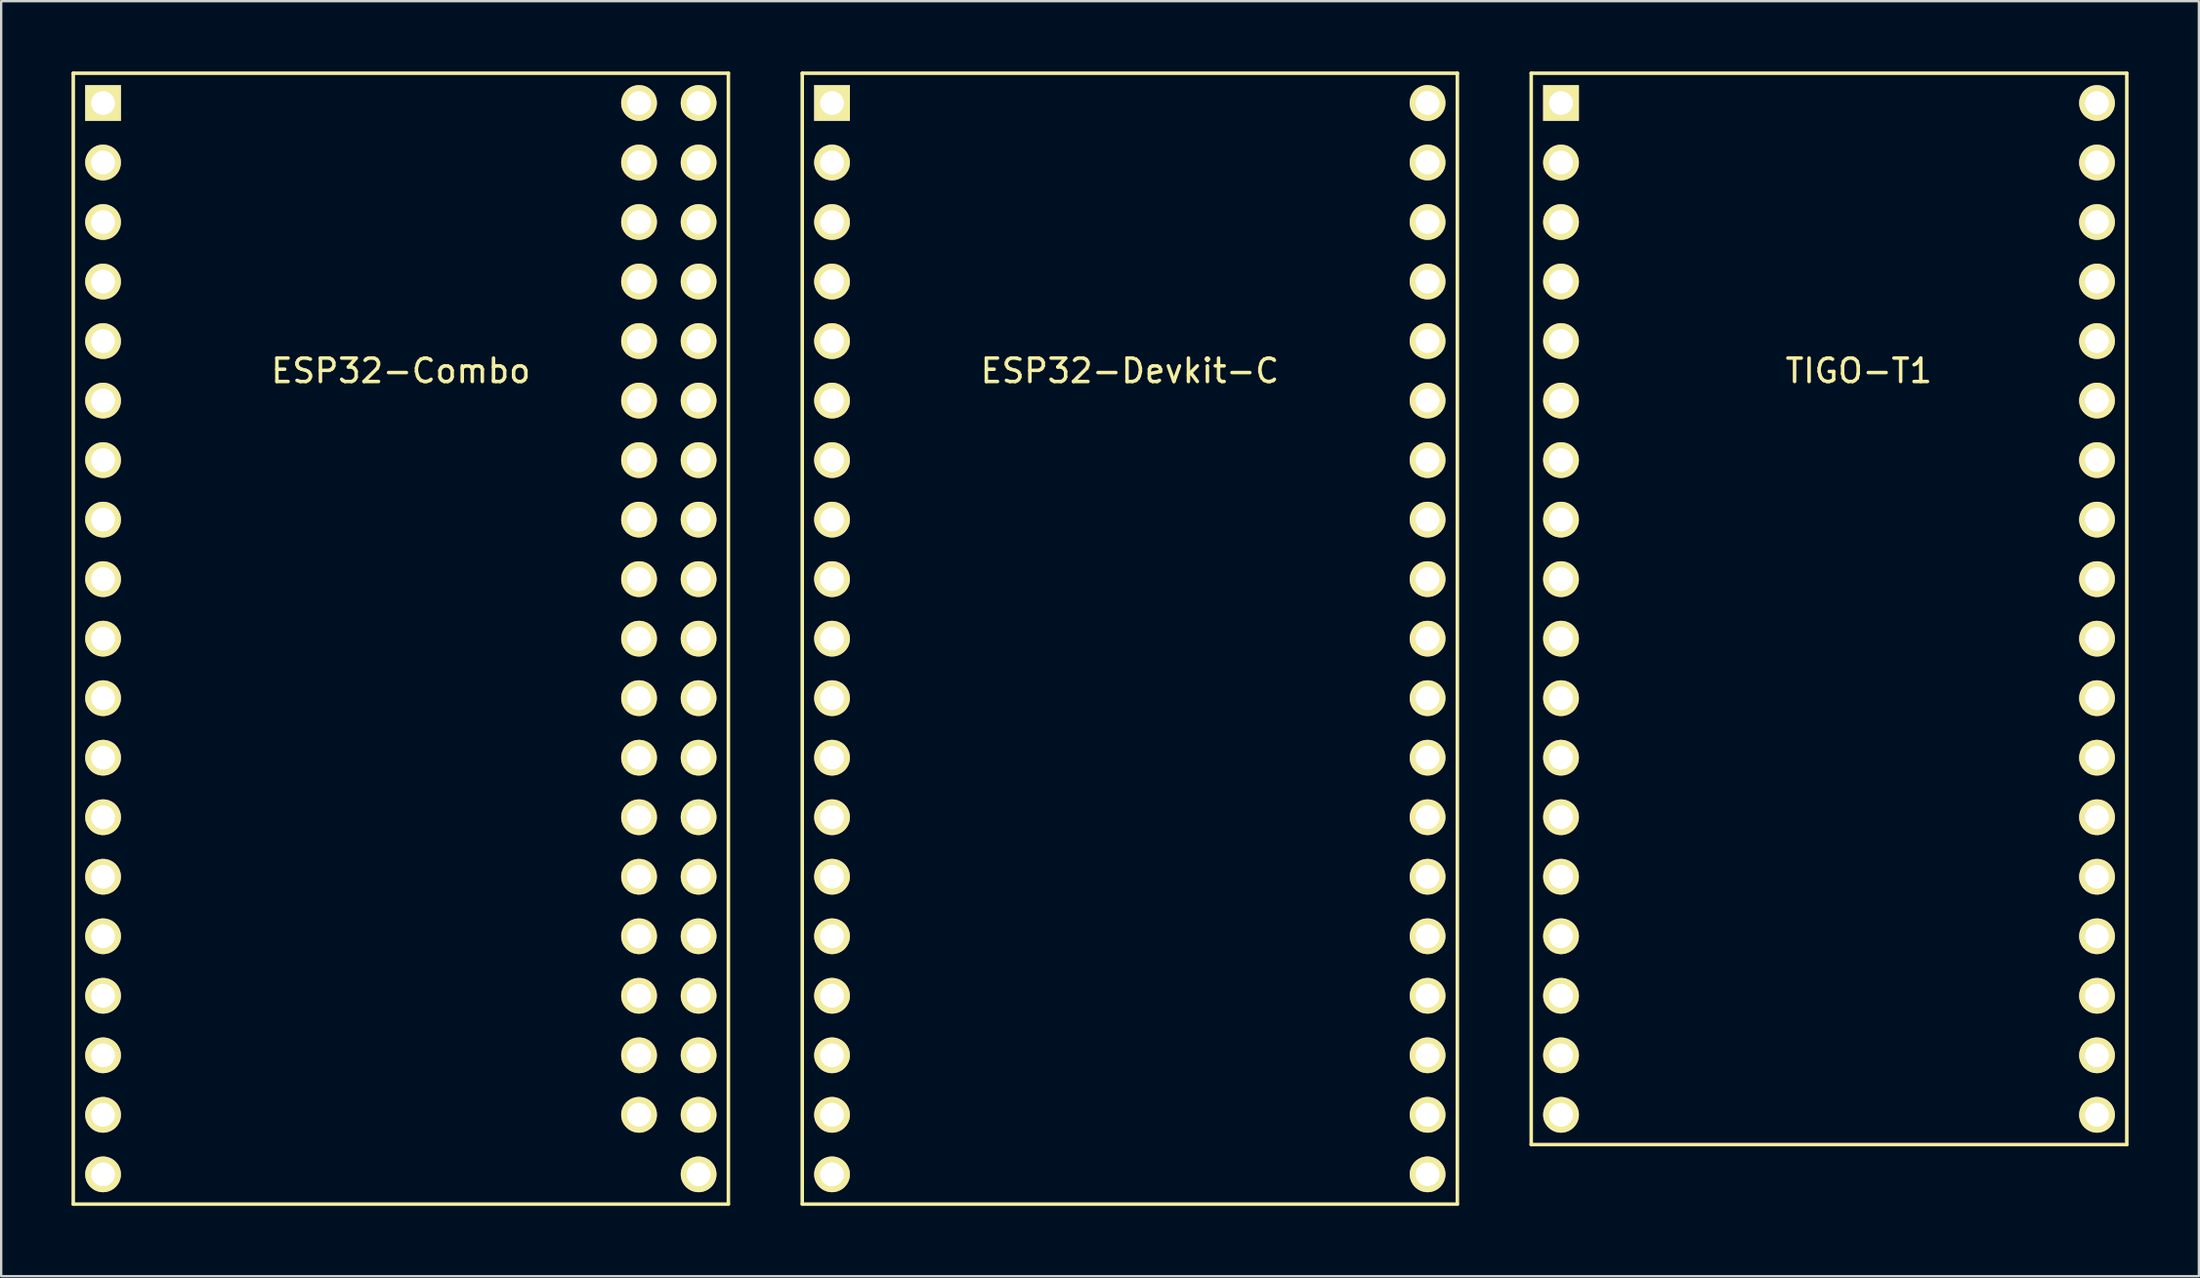
<source format=kicad_pcb>
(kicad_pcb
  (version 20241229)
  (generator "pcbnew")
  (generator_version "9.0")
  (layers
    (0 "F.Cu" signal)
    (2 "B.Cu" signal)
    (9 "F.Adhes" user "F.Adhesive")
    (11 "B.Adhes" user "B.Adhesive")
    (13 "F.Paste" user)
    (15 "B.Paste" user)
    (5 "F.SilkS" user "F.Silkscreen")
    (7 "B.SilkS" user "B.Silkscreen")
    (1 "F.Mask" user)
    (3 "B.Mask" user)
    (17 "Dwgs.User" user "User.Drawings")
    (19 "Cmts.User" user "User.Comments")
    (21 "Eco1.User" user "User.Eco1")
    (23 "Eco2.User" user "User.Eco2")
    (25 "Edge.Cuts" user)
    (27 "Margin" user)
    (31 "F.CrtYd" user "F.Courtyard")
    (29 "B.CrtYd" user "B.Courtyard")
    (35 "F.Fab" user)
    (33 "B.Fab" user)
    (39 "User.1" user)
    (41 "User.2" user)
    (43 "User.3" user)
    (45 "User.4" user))
  (footprint "ESP32-Devkit-C"
    (layer "F.Cu")
    (at 45.135 24.205)
    (property "Reference" "ESP32-Devkit-C" (at 0 -11.43 0) (layer "F.SilkS") (effects (font (size 1 1) (thickness 0.15))))
    (attr through_hole)
    (fp_line (start -13.97 -24.13) (end 13.97 -24.13) (stroke (width 0.15) (type solid)) (layer "F.SilkS"))
    (fp_line (start -13.97 24.13) (end -13.97 -24.13) (stroke (width 0.15) (type solid)) (layer "F.SilkS"))
    (fp_line (start 13.97 -24.13) (end 13.97 24.13) (stroke (width 0.15) (type solid)) (layer "F.SilkS"))
    (fp_line (start 13.97 24.13) (end -13.97 24.13) (stroke (width 0.15) (type solid)) (layer "F.SilkS"))
    (pad "1" thru_hole rect (at -12.7 -22.86) (size 1.524 1.524) (drill 1.016) (layers "*.Cu" "*.Mask" "F.SilkS"))
    (pad "2" thru_hole circle (at -12.7 -20.32) (size 1.524 1.524) (drill 1.016) (layers "*.Cu" "*.Mask" "F.SilkS"))
    (pad "3" thru_hole circle (at -12.7 -17.78) (size 1.524 1.524) (drill 1.016) (layers "*.Cu" "*.Mask" "F.SilkS"))
    (pad "4" thru_hole circle (at -12.7 -15.24) (size 1.524 1.524) (drill 1.016) (layers "*.Cu" "*.Mask" "F.SilkS"))
    (pad "5" thru_hole circle (at -12.7 -12.7) (size 1.524 1.524) (drill 1.016) (layers "*.Cu" "*.Mask" "F.SilkS"))
    (pad "6" thru_hole circle (at -12.7 -10.16) (size 1.524 1.524) (drill 1.016) (layers "*.Cu" "*.Mask" "F.SilkS"))
    (pad "7" thru_hole circle (at -12.7 -7.62) (size 1.524 1.524) (drill 1.016) (layers "*.Cu" "*.Mask" "F.SilkS"))
    (pad "8" thru_hole circle (at -12.7 -5.08) (size 1.524 1.524) (drill 1.016) (layers "*.Cu" "*.Mask" "F.SilkS"))
    (pad "9" thru_hole circle (at -12.7 -2.54) (size 1.524 1.524) (drill 1.016) (layers "*.Cu" "*.Mask" "F.SilkS"))
    (pad "10" thru_hole circle (at -12.7 0) (size 1.524 1.524) (drill 1.016) (layers "*.Cu" "*.Mask" "F.SilkS"))
    (pad "11" thru_hole circle (at -12.7 2.54) (size 1.524 1.524) (drill 1.016) (layers "*.Cu" "*.Mask" "F.SilkS"))
    (pad "12" thru_hole circle (at -12.7 5.08) (size 1.524 1.524) (drill 1.016) (layers "*.Cu" "*.Mask" "F.SilkS"))
    (pad "13" thru_hole circle (at -12.7 7.62) (size 1.524 1.524) (drill 1.016) (layers "*.Cu" "*.Mask" "F.SilkS"))
    (pad "14" thru_hole circle (at -12.7 10.16) (size 1.524 1.524) (drill 1.016) (layers "*.Cu" "*.Mask" "F.SilkS"))
    (pad "15" thru_hole circle (at -12.7 12.7) (size 1.524 1.524) (drill 1.016) (layers "*.Cu" "*.Mask" "F.SilkS"))
    (pad "16" thru_hole circle (at -12.7 15.24) (size 1.524 1.524) (drill 1.016) (layers "*.Cu" "*.Mask" "F.SilkS"))
    (pad "17" thru_hole circle (at -12.7 17.78) (size 1.524 1.524) (drill 1.016) (layers "*.Cu" "*.Mask" "F.SilkS"))
    (pad "18" thru_hole circle (at -12.7 20.32) (size 1.524 1.524) (drill 1.016) (layers "*.Cu" "*.Mask" "F.SilkS"))
    (pad "19" thru_hole circle (at -12.7 22.86) (size 1.524 1.524) (drill 1.016) (layers "*.Cu" "*.Mask" "F.SilkS"))
    (pad "20" thru_hole circle (at 12.7 22.86) (size 1.524 1.524) (drill 1.016) (layers "*.Cu" "*.Mask" "F.SilkS"))
    (pad "21" thru_hole circle (at 12.7 20.32) (size 1.524 1.524) (drill 1.016) (layers "*.Cu" "*.Mask" "F.SilkS"))
    (pad "22" thru_hole circle (at 12.7 17.78) (size 1.524 1.524) (drill 1.016) (layers "*.Cu" "*.Mask" "F.SilkS"))
    (pad "23" thru_hole circle (at 12.7 15.24) (size 1.524 1.524) (drill 1.016) (layers "*.Cu" "*.Mask" "F.SilkS"))
    (pad "24" thru_hole circle (at 12.7 12.7) (size 1.524 1.524) (drill 1.016) (layers "*.Cu" "*.Mask" "F.SilkS"))
    (pad "25" thru_hole circle (at 12.7 10.16) (size 1.524 1.524) (drill 1.016) (layers "*.Cu" "*.Mask" "F.SilkS"))
    (pad "26" thru_hole circle (at 12.7 7.62) (size 1.524 1.524) (drill 1.016) (layers "*.Cu" "*.Mask" "F.SilkS"))
    (pad "27" thru_hole circle (at 12.7 5.08) (size 1.524 1.524) (drill 1.016) (layers "*.Cu" "*.Mask" "F.SilkS"))
    (pad "28" thru_hole circle (at 12.7 2.54) (size 1.524 1.524) (drill 1.016) (layers "*.Cu" "*.Mask" "F.SilkS"))
    (pad "29" thru_hole circle (at 12.7 0) (size 1.524 1.524) (drill 1.016) (layers "*.Cu" "*.Mask" "F.SilkS"))
    (pad "30" thru_hole circle (at 12.7 -2.54) (size 1.524 1.524) (drill 1.016) (layers "*.Cu" "*.Mask" "F.SilkS"))
    (pad "31" thru_hole circle (at 12.7 -5.08) (size 1.524 1.524) (drill 1.016) (layers "*.Cu" "*.Mask" "F.SilkS"))
    (pad "32" thru_hole circle (at 12.7 -7.62) (size 1.524 1.524) (drill 1.016) (layers "*.Cu" "*.Mask" "F.SilkS"))
    (pad "33" thru_hole circle (at 12.7 -10.16) (size 1.524 1.524) (drill 1.016) (layers "*.Cu" "*.Mask" "F.SilkS"))
    (pad "34" thru_hole circle (at 12.7 -12.7) (size 1.524 1.524) (drill 1.016) (layers "*.Cu" "*.Mask" "F.SilkS"))
    (pad "35" thru_hole circle (at 12.7 -15.24) (size 1.524 1.524) (drill 1.016) (layers "*.Cu" "*.Mask" "F.SilkS"))
    (pad "36" thru_hole circle (at 12.7 -17.78) (size 1.524 1.524) (drill 1.016) (layers "*.Cu" "*.Mask" "F.SilkS"))
    (pad "37" thru_hole circle (at 12.7 -20.32) (size 1.524 1.524) (drill 1.016) (layers "*.Cu" "*.Mask" "F.SilkS"))
    (pad "38" thru_hole circle (at 12.7 -22.86) (size 1.524 1.524) (drill 1.016) (layers "*.Cu" "*.Mask" "F.SilkS")))
  (footprint "TIGO-T1"
    (layer "F.Cu")
    (at 76.225 24.205)
    (property "Reference" "TIGO-T1" (at 0 -11.43 0) (layer "F.SilkS") (effects (font (size 1 1) (thickness 0.15))))
    (attr through_hole)
    (fp_line (start -13.97 -24.13) (end 11.43 -24.13) (stroke (width 0.15) (type solid)) (layer "F.SilkS"))
    (fp_line (start -13.97 21.59) (end -13.97 -24.13) (stroke (width 0.15) (type solid)) (layer "F.SilkS"))
    (fp_line (start 11.43 -24.13) (end 11.43 21.59) (stroke (width 0.15) (type solid)) (layer "F.SilkS"))
    (fp_line (start 11.43 21.59) (end -13.97 21.59) (stroke (width 0.15) (type solid)) (layer "F.SilkS"))
    (pad "1" thru_hole rect (at -12.7 -22.86) (size 1.524 1.524) (drill 1.016) (layers "*.Cu" "*.Mask" "F.SilkS"))
    (pad "2" thru_hole circle (at -12.7 -20.32) (size 1.524 1.524) (drill 1.016) (layers "*.Cu" "*.Mask" "F.SilkS"))
    (pad "3" thru_hole circle (at -12.7 -17.78) (size 1.524 1.524) (drill 1.016) (layers "*.Cu" "*.Mask" "F.SilkS"))
    (pad "4" thru_hole circle (at -12.7 -15.24) (size 1.524 1.524) (drill 1.016) (layers "*.Cu" "*.Mask" "F.SilkS"))
    (pad "5" thru_hole circle (at -12.7 -12.7) (size 1.524 1.524) (drill 1.016) (layers "*.Cu" "*.Mask" "F.SilkS"))
    (pad "6" thru_hole circle (at -12.7 -10.16) (size 1.524 1.524) (drill 1.016) (layers "*.Cu" "*.Mask" "F.SilkS"))
    (pad "7" thru_hole circle (at -12.7 -7.62) (size 1.524 1.524) (drill 1.016) (layers "*.Cu" "*.Mask" "F.SilkS"))
    (pad "8" thru_hole circle (at -12.7 -5.08) (size 1.524 1.524) (drill 1.016) (layers "*.Cu" "*.Mask" "F.SilkS"))
    (pad "9" thru_hole circle (at -12.7 -2.54) (size 1.524 1.524) (drill 1.016) (layers "*.Cu" "*.Mask" "F.SilkS"))
    (pad "10" thru_hole circle (at -12.7 0) (size 1.524 1.524) (drill 1.016) (layers "*.Cu" "*.Mask" "F.SilkS"))
    (pad "11" thru_hole circle (at -12.7 2.54) (size 1.524 1.524) (drill 1.016) (layers "*.Cu" "*.Mask" "F.SilkS"))
    (pad "12" thru_hole circle (at -12.7 5.08) (size 1.524 1.524) (drill 1.016) (layers "*.Cu" "*.Mask" "F.SilkS"))
    (pad "13" thru_hole circle (at -12.7 7.62) (size 1.524 1.524) (drill 1.016) (layers "*.Cu" "*.Mask" "F.SilkS"))
    (pad "14" thru_hole circle (at -12.7 10.16) (size 1.524 1.524) (drill 1.016) (layers "*.Cu" "*.Mask" "F.SilkS"))
    (pad "15" thru_hole circle (at -12.7 12.7) (size 1.524 1.524) (drill 1.016) (layers "*.Cu" "*.Mask" "F.SilkS"))
    (pad "16" thru_hole circle (at -12.7 15.24) (size 1.524 1.524) (drill 1.016) (layers "*.Cu" "*.Mask" "F.SilkS"))
    (pad "17" thru_hole circle (at -12.7 17.78) (size 1.524 1.524) (drill 1.016) (layers "*.Cu" "*.Mask" "F.SilkS"))
    (pad "18" thru_hole circle (at -12.7 20.32) (size 1.524 1.524) (drill 1.016) (layers "*.Cu" "*.Mask" "F.SilkS"))
    (pad "19" thru_hole circle (at 10.16 20.32) (size 1.524 1.524) (drill 1.016) (layers "*.Cu" "*.Mask" "F.SilkS"))
    (pad "20" thru_hole circle (at 10.16 17.78) (size 1.524 1.524) (drill 1.016) (layers "*.Cu" "*.Mask" "F.SilkS"))
    (pad "21" thru_hole circle (at 10.16 15.24) (size 1.524 1.524) (drill 1.016) (layers "*.Cu" "*.Mask" "F.SilkS"))
    (pad "22" thru_hole circle (at 10.16 12.7) (size 1.524 1.524) (drill 1.016) (layers "*.Cu" "*.Mask" "F.SilkS"))
    (pad "23" thru_hole circle (at 10.16 10.16) (size 1.524 1.524) (drill 1.016) (layers "*.Cu" "*.Mask" "F.SilkS"))
    (pad "24" thru_hole circle (at 10.16 7.62) (size 1.524 1.524) (drill 1.016) (layers "*.Cu" "*.Mask" "F.SilkS"))
    (pad "25" thru_hole circle (at 10.16 5.08) (size 1.524 1.524) (drill 1.016) (layers "*.Cu" "*.Mask" "F.SilkS"))
    (pad "26" thru_hole circle (at 10.16 2.54) (size 1.524 1.524) (drill 1.016) (layers "*.Cu" "*.Mask" "F.SilkS"))
    (pad "27" thru_hole circle (at 10.16 0) (size 1.524 1.524) (drill 1.016) (layers "*.Cu" "*.Mask" "F.SilkS"))
    (pad "28" thru_hole circle (at 10.16 -2.54) (size 1.524 1.524) (drill 1.016) (layers "*.Cu" "*.Mask" "F.SilkS"))
    (pad "29" thru_hole circle (at 10.16 -5.08) (size 1.524 1.524) (drill 1.016) (layers "*.Cu" "*.Mask" "F.SilkS"))
    (pad "30" thru_hole circle (at 10.16 -7.62) (size 1.524 1.524) (drill 1.016) (layers "*.Cu" "*.Mask" "F.SilkS"))
    (pad "31" thru_hole circle (at 10.16 -10.16) (size 1.524 1.524) (drill 1.016) (layers "*.Cu" "*.Mask" "F.SilkS"))
    (pad "32" thru_hole circle (at 10.16 -12.7) (size 1.524 1.524) (drill 1.016) (layers "*.Cu" "*.Mask" "F.SilkS"))
    (pad "33" thru_hole circle (at 10.16 -15.24) (size 1.524 1.524) (drill 1.016) (layers "*.Cu" "*.Mask" "F.SilkS"))
    (pad "34" thru_hole circle (at 10.16 -17.78) (size 1.524 1.524) (drill 1.016) (layers "*.Cu" "*.Mask" "F.SilkS"))
    (pad "35" thru_hole circle (at 10.16 -20.32) (size 1.524 1.524) (drill 1.016) (layers "*.Cu" "*.Mask" "F.SilkS"))
    (pad "36" thru_hole circle (at 10.16 -22.86) (size 1.524 1.524) (drill 1.016) (layers "*.Cu" "*.Mask" "F.SilkS")))
  (footprint "ESP32-Combo"
    (layer "F.Cu")
    (at 14.045 24.205)
    (property "Reference" "ESP32-Combo" (at 0 -11.43 0) (layer "F.SilkS") (effects (font (size 1 1) (thickness 0.15))))
    (attr through_hole)
    (fp_line (start -13.97 -24.13) (end 13.97 -24.13) (stroke (width 0.15) (type solid)) (layer "F.SilkS"))
    (fp_line (start -13.97 24.13) (end -13.97 -24.13) (stroke (width 0.15) (type solid)) (layer "F.SilkS"))
    (fp_line (start 13.97 -24.13) (end 13.97 24.13) (stroke (width 0.15) (type solid)) (layer "F.SilkS"))
    (fp_line (start 13.97 24.13) (end -13.97 24.13) (stroke (width 0.15) (type solid)) (layer "F.SilkS"))
    (pad "1" thru_hole rect (at -12.7 -22.86) (size 1.524 1.524) (drill 1.016) (layers "*.Cu" "*.Mask" "F.SilkS"))
    (pad "2" thru_hole circle (at -12.7 -20.32) (size 1.524 1.524) (drill 1.016) (layers "*.Cu" "*.Mask" "F.SilkS"))
    (pad "3" thru_hole circle (at -12.7 -17.78) (size 1.524 1.524) (drill 1.016) (layers "*.Cu" "*.Mask" "F.SilkS"))
    (pad "4" thru_hole circle (at -12.7 -15.24) (size 1.524 1.524) (drill 1.016) (layers "*.Cu" "*.Mask" "F.SilkS"))
    (pad "5" thru_hole circle (at -12.7 -12.7) (size 1.524 1.524) (drill 1.016) (layers "*.Cu" "*.Mask" "F.SilkS"))
    (pad "6" thru_hole circle (at -12.7 -10.16) (size 1.524 1.524) (drill 1.016) (layers "*.Cu" "*.Mask" "F.SilkS"))
    (pad "7" thru_hole circle (at -12.7 -7.62) (size 1.524 1.524) (drill 1.016) (layers "*.Cu" "*.Mask" "F.SilkS"))
    (pad "8" thru_hole circle (at -12.7 -5.08) (size 1.524 1.524) (drill 1.016) (layers "*.Cu" "*.Mask" "F.SilkS"))
    (pad "9" thru_hole circle (at -12.7 -2.54) (size 1.524 1.524) (drill 1.016) (layers "*.Cu" "*.Mask" "F.SilkS"))
    (pad "10" thru_hole circle (at -12.7 0) (size 1.524 1.524) (drill 1.016) (layers "*.Cu" "*.Mask" "F.SilkS"))
    (pad "11" thru_hole circle (at -12.7 2.54) (size 1.524 1.524) (drill 1.016) (layers "*.Cu" "*.Mask" "F.SilkS"))
    (pad "12" thru_hole circle (at -12.7 5.08) (size 1.524 1.524) (drill 1.016) (layers "*.Cu" "*.Mask" "F.SilkS"))
    (pad "13" thru_hole circle (at -12.7 7.62) (size 1.524 1.524) (drill 1.016) (layers "*.Cu" "*.Mask" "F.SilkS"))
    (pad "14" thru_hole circle (at -12.7 10.16) (size 1.524 1.524) (drill 1.016) (layers "*.Cu" "*.Mask" "F.SilkS"))
    (pad "15" thru_hole circle (at -12.7 12.7) (size 1.524 1.524) (drill 1.016) (layers "*.Cu" "*.Mask" "F.SilkS"))
    (pad "16" thru_hole circle (at -12.7 15.24) (size 1.524 1.524) (drill 1.016) (layers "*.Cu" "*.Mask" "F.SilkS"))
    (pad "17" thru_hole circle (at -12.7 17.78) (size 1.524 1.524) (drill 1.016) (layers "*.Cu" "*.Mask" "F.SilkS"))
    (pad "18" thru_hole circle (at -12.7 20.32) (size 1.524 1.524) (drill 1.016) (layers "*.Cu" "*.Mask" "F.SilkS"))
    (pad "19" thru_hole circle (at -12.7 22.86) (size 1.524 1.524) (drill 1.016) (layers "*.Cu" "*.Mask" "F.SilkS"))
    (pad "19" thru_hole circle (at 10.16 -7.62) (size 1.524 1.524) (drill 1.016) (layers "*.Cu" "*.Mask" "F.SilkS"))
    (pad "20" thru_hole circle (at 12.7 22.86) (size 1.524 1.524) (drill 1.016) (layers "*.Cu" "*.Mask" "F.SilkS"))
    (pad "21" thru_hole circle (at 10.16 20.32) (size 1.524 1.524) (drill 1.016) (layers "*.Cu" "*.Mask" "F.SilkS"))
    (pad "21" thru_hole circle (at 12.7 20.32) (size 1.524 1.524) (drill 1.016) (layers "*.Cu" "*.Mask" "F.SilkS"))
    (pad "22" thru_hole circle (at 10.16 17.78) (size 1.524 1.524) (drill 1.016) (layers "*.Cu" "*.Mask" "F.SilkS"))
    (pad "22" thru_hole circle (at 12.7 17.78) (size 1.524 1.524) (drill 1.016) (layers "*.Cu" "*.Mask" "F.SilkS"))
    (pad "23" thru_hole circle (at 10.16 15.24) (size 1.524 1.524) (drill 1.016) (layers "*.Cu" "*.Mask" "F.SilkS"))
    (pad "23" thru_hole circle (at 12.7 15.24) (size 1.524 1.524) (drill 1.016) (layers "*.Cu" "*.Mask" "F.SilkS"))
    (pad "24" thru_hole circle (at 10.16 12.7) (size 1.524 1.524) (drill 1.016) (layers "*.Cu" "*.Mask" "F.SilkS"))
    (pad "24" thru_hole circle (at 12.7 12.7) (size 1.524 1.524) (drill 1.016) (layers "*.Cu" "*.Mask" "F.SilkS"))
    (pad "25" thru_hole circle (at 10.16 10.16) (size 1.524 1.524) (drill 1.016) (layers "*.Cu" "*.Mask" "F.SilkS"))
    (pad "25" thru_hole circle (at 12.7 10.16) (size 1.524 1.524) (drill 1.016) (layers "*.Cu" "*.Mask" "F.SilkS"))
    (pad "26" thru_hole circle (at 10.16 7.62) (size 1.524 1.524) (drill 1.016) (layers "*.Cu" "*.Mask" "F.SilkS"))
    (pad "26" thru_hole circle (at 12.7 7.62) (size 1.524 1.524) (drill 1.016) (layers "*.Cu" "*.Mask" "F.SilkS"))
    (pad "27" thru_hole circle (at 10.16 5.08) (size 1.524 1.524) (drill 1.016) (layers "*.Cu" "*.Mask" "F.SilkS"))
    (pad "27" thru_hole circle (at 12.7 5.08) (size 1.524 1.524) (drill 1.016) (layers "*.Cu" "*.Mask" "F.SilkS"))
    (pad "28" thru_hole circle (at 10.16 2.54) (size 1.524 1.524) (drill 1.016) (layers "*.Cu" "*.Mask" "F.SilkS"))
    (pad "28" thru_hole circle (at 12.7 2.54) (size 1.524 1.524) (drill 1.016) (layers "*.Cu" "*.Mask" "F.SilkS"))
    (pad "29" thru_hole circle (at 10.16 0) (size 1.524 1.524) (drill 1.016) (layers "*.Cu" "*.Mask" "F.SilkS"))
    (pad "29" thru_hole circle (at 12.7 0) (size 1.524 1.524) (drill 1.016) (layers "*.Cu" "*.Mask" "F.SilkS"))
    (pad "30" thru_hole circle (at 10.16 -2.54) (size 1.524 1.524) (drill 1.016) (layers "*.Cu" "*.Mask" "F.SilkS"))
    (pad "30" thru_hole circle (at 12.7 -2.54) (size 1.524 1.524) (drill 1.016) (layers "*.Cu" "*.Mask" "F.SilkS"))
    (pad "31" thru_hole circle (at 10.16 -5.08) (size 1.524 1.524) (drill 1.016) (layers "*.Cu" "*.Mask" "F.SilkS"))
    (pad "31" thru_hole circle (at 12.7 -5.08) (size 1.524 1.524) (drill 1.016) (layers "*.Cu" "*.Mask" "F.SilkS"))
    (pad "32" thru_hole circle (at 12.7 -7.62) (size 1.524 1.524) (drill 1.016) (layers "*.Cu" "*.Mask" "F.SilkS"))
    (pad "33" thru_hole circle (at 10.16 -10.16) (size 1.524 1.524) (drill 1.016) (layers "*.Cu" "*.Mask" "F.SilkS"))
    (pad "33" thru_hole circle (at 12.7 -10.16) (size 1.524 1.524) (drill 1.016) (layers "*.Cu" "*.Mask" "F.SilkS"))
    (pad "34" thru_hole circle (at 10.16 -12.7) (size 1.524 1.524) (drill 1.016) (layers "*.Cu" "*.Mask" "F.SilkS"))
    (pad "34" thru_hole circle (at 12.7 -12.7) (size 1.524 1.524) (drill 1.016) (layers "*.Cu" "*.Mask" "F.SilkS"))
    (pad "35" thru_hole circle (at 10.16 -15.24) (size 1.524 1.524) (drill 1.016) (layers "*.Cu" "*.Mask" "F.SilkS"))
    (pad "35" thru_hole circle (at 12.7 -15.24) (size 1.524 1.524) (drill 1.016) (layers "*.Cu" "*.Mask" "F.SilkS"))
    (pad "36" thru_hole circle (at 10.16 -17.78) (size 1.524 1.524) (drill 1.016) (layers "*.Cu" "*.Mask" "F.SilkS"))
    (pad "36" thru_hole circle (at 12.7 -17.78) (size 1.524 1.524) (drill 1.016) (layers "*.Cu" "*.Mask" "F.SilkS"))
    (pad "37" thru_hole circle (at 10.16 -20.32) (size 1.524 1.524) (drill 1.016) (layers "*.Cu" "*.Mask" "F.SilkS"))
    (pad "37" thru_hole circle (at 12.7 -20.32) (size 1.524 1.524) (drill 1.016) (layers "*.Cu" "*.Mask" "F.SilkS"))
    (pad "38" thru_hole circle (at 10.16 -22.86) (size 1.524 1.524) (drill 1.016) (layers "*.Cu" "*.Mask" "F.SilkS"))
    (pad "38" thru_hole circle (at 12.7 -22.86) (size 1.524 1.524) (drill 1.016) (layers "*.Cu" "*.Mask" "F.SilkS")))
  (gr_rect
    (start -3 -3)
    (end 90.73 51.41)
    (stroke (width 0.1) (type default))
    (fill no)
    (layer "Edge.Cuts")))
</source>
